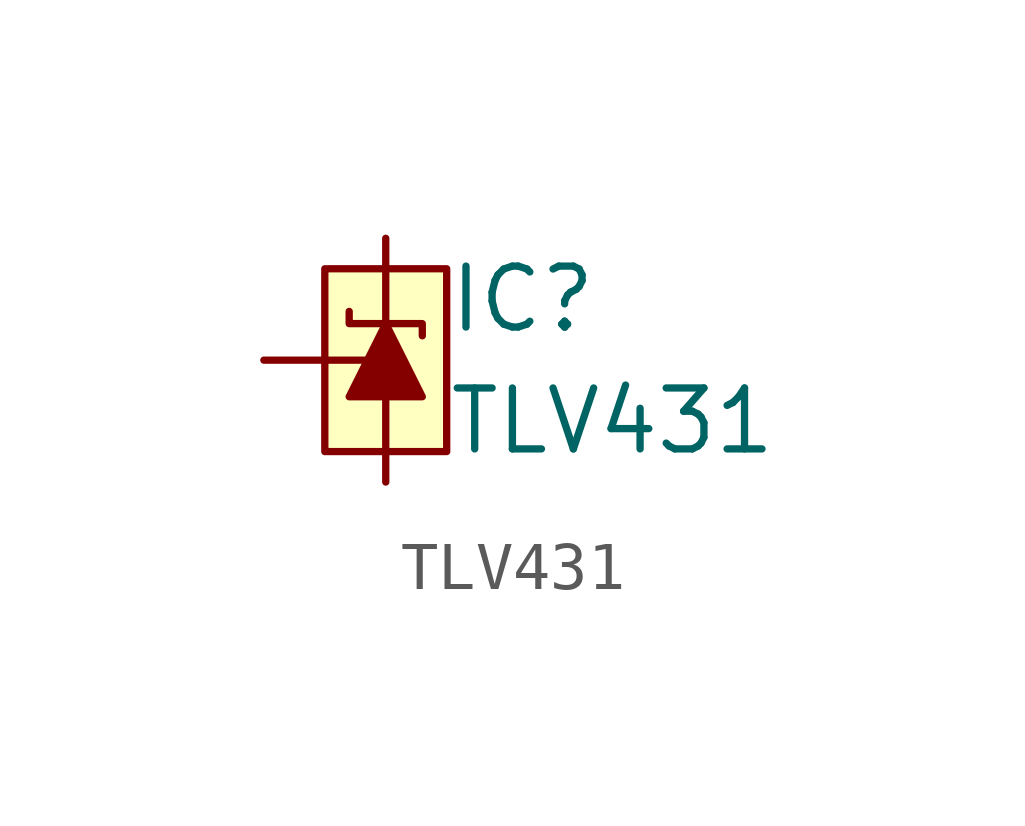
<source format=kicad_sym>
(kicad_symbol_lib
  (version 20211014)
  (generator kicad_symbol_editor)
  (symbol "TLV431"
    (pin_numbers hide)
    (pin_names
      (offset 1.016) hide)
    (property "Reference" "IC"
      (at 1.27 1.27 0)
      (effects (font (size 1.27 1.27)) (justify left)))
    (property "Value" "TLV431"
      (at 1.27 -1.27 0)
      (effects (font (size 1.27 1.27)) (justify left)))
    (symbol "TLV431_0_1"
      (rectangle (start -1.27 1.905) (end 1.27 -1.905) (stroke (width 0) (type default) (color 0 0 0 0)) (fill (type background)))
      (polyline (pts (xy -0.762 1.016) (xy -0.762 0.762) (xy 0.762 0.762) (xy 0.762 0.508)) (stroke (width 0) (type default) (color 0 0 0 0)) (fill (type none)))
      (polyline (pts (xy 0 0.762) (xy -0.762 -0.762) (xy 0.762 -0.762) (xy 0 0.762)) (stroke (width 0) (type default) (color 0 0 0 0)) (fill (type outline))))
    (symbol "TLV431_1_1"
      (pin input line (at -2.54 0 0) (length 2.54) (name "REF" (effects (font (size 1.27 1.27)))) (number "1" (effects (font (size 1.27 1.27)))))
      (pin passive line (at 0 2.54 270) (length 2.54) (name "CATHODE" (effects (font (size 1.27 1.27)))) (number "2" (effects (font (size 1.27 1.27)))))
      (pin passive line (at 0 -2.54 90) (length 2.54) (name "ANODE" (effects (font (size 1.27 1.27)))) (number "3" (effects (font (size 1.27 1.27))))))))
</source>
